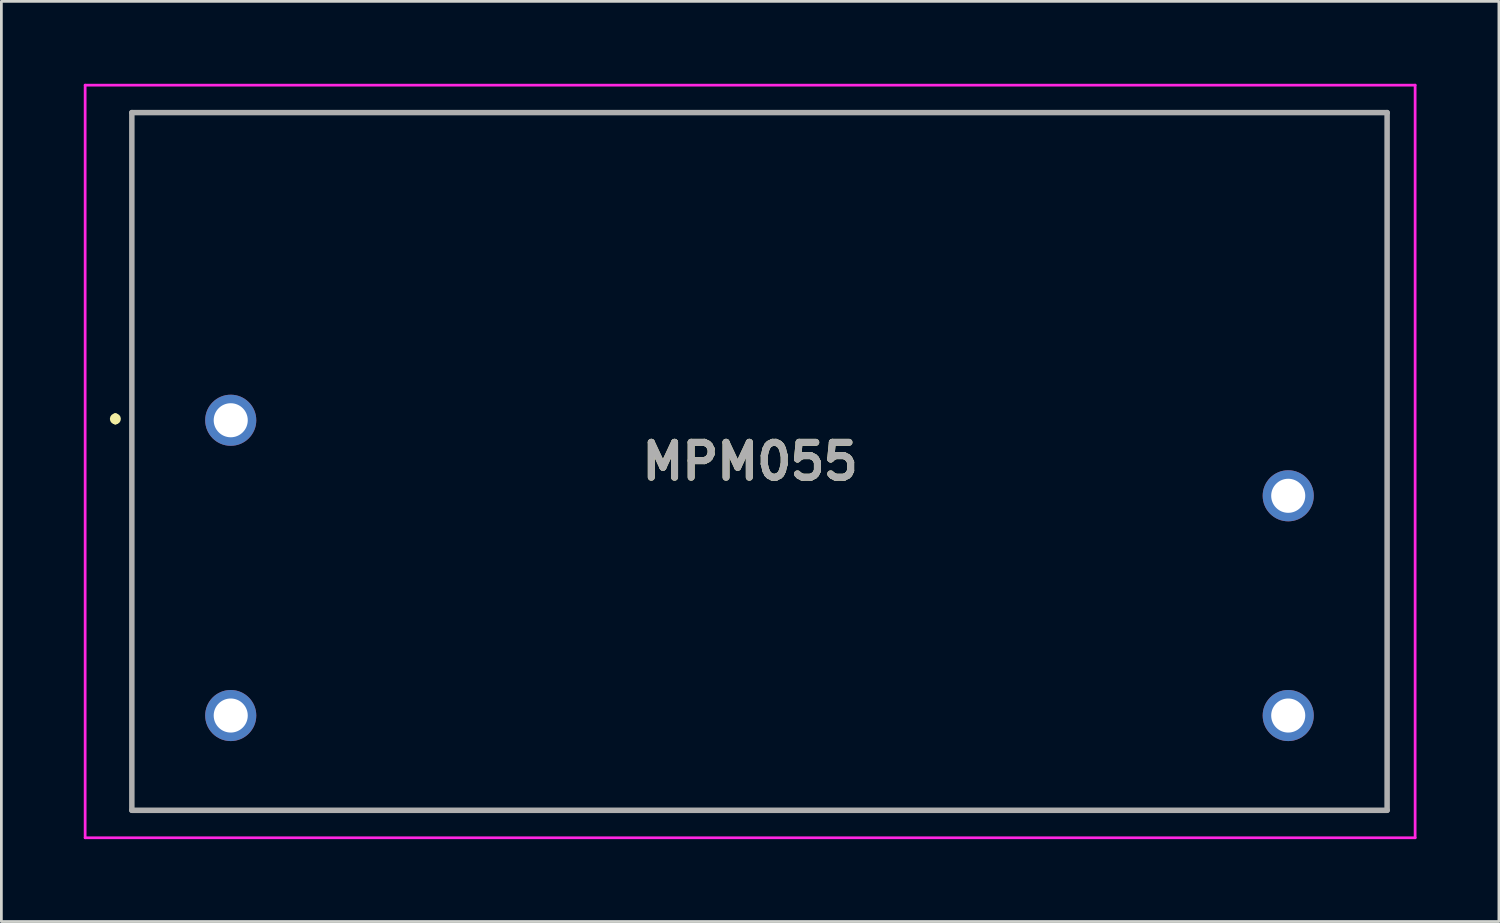
<source format=kicad_pcb>
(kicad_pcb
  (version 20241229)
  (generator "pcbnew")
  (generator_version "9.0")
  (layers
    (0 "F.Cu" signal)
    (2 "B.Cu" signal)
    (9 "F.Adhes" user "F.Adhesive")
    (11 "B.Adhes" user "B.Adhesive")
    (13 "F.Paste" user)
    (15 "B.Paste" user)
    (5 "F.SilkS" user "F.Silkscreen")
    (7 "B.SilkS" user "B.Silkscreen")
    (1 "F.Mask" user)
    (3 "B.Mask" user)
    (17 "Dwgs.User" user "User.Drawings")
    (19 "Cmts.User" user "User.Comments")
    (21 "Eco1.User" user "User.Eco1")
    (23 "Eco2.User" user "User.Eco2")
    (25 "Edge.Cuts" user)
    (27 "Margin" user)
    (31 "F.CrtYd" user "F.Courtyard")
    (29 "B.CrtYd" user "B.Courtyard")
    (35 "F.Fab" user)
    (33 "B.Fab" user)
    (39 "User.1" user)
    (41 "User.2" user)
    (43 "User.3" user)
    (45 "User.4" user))
  (footprint "MPM055"
    (layer "F.Cu")
    (at 24.26 13.75)
    (property "Reference" "MPM055" (at 0 0 0) (layer "F.SilkS") (effects (font (size 1.27 1.27) (thickness 0.254))))
    (attr through_hole)
    (fp_line (start -23.11 -1.65) (end -23.11 -1.65) (stroke (width 0.2) (type solid)) (layer "F.SilkS"))
    (fp_line (start -23.11 -1.45) (end -23.11 -1.45) (stroke (width 0.2) (type solid)) (layer "F.SilkS"))
    (fp_line (start -22.51 -12.7) (end 23.21 -12.7) (stroke (width 0.1) (type solid)) (layer "F.SilkS"))
    (fp_line (start -22.51 12.7) (end -22.51 -12.7) (stroke (width 0.1) (type solid)) (layer "F.SilkS"))
    (fp_line (start 23.21 -12.7) (end 23.21 12.7) (stroke (width 0.1) (type solid)) (layer "F.SilkS"))
    (fp_line (start 23.21 12.7) (end -22.51 12.7) (stroke (width 0.1) (type solid)) (layer "F.SilkS"))
    (fp_arc (start -23.11 -1.65) (mid -23.01 -1.55) (end -23.11 -1.45) (stroke (width 0.2) (type solid)) (layer "F.SilkS"))
    (fp_arc (start -23.11 -1.45) (mid -23.21 -1.55) (end -23.11 -1.65) (stroke (width 0.2) (type solid)) (layer "F.SilkS"))
    (fp_line (start -24.21 -13.7) (end 24.21 -13.7) (stroke (width 0.1) (type solid)) (layer "F.CrtYd"))
    (fp_line (start -24.21 13.7) (end -24.21 -13.7) (stroke (width 0.1) (type solid)) (layer "F.CrtYd"))
    (fp_line (start 24.21 -13.7) (end 24.21 13.7) (stroke (width 0.1) (type solid)) (layer "F.CrtYd"))
    (fp_line (start 24.21 13.7) (end -24.21 13.7) (stroke (width 0.1) (type solid)) (layer "F.CrtYd"))
    (fp_line (start -22.51 -12.7) (end 23.19 -12.7) (stroke (width 0.2) (type solid)) (layer "F.Fab"))
    (fp_line (start -22.51 12.7) (end -22.51 -12.7) (stroke (width 0.2) (type solid)) (layer "F.Fab"))
    (fp_line (start 23.19 -12.7) (end 23.19 12.7) (stroke (width 0.2) (type solid)) (layer "F.Fab"))
    (fp_line (start 23.19 12.7) (end -22.51 12.7) (stroke (width 0.2) (type solid)) (layer "F.Fab"))
    (fp_text user "${REFERENCE}" (at 0 0 0) (layer "F.Fab") (effects (font (size 1.27 1.27) (thickness 0.254))))
    (pad "1" thru_hole circle (at -18.91 -1.5) (size 1.86 1.86) (drill 1.24) (layers "*.Cu" "*.Mask"))
    (pad "2" thru_hole circle (at -18.91 9.25) (size 1.86 1.86) (drill 1.24) (layers "*.Cu" "*.Mask"))
    (pad "3" thru_hole circle (at 19.59 9.25) (size 1.86 1.86) (drill 1.24) (layers "*.Cu" "*.Mask"))
    (pad "4" thru_hole circle (at 19.59 1.25) (size 1.86 1.86) (drill 1.24) (layers "*.Cu" "*.Mask")))
  (gr_rect
    (start -3 -3)
    (end 51.52 30.5)
    (stroke (width 0.1) (type default))
    (fill no)
    (layer "Edge.Cuts")))
</source>
